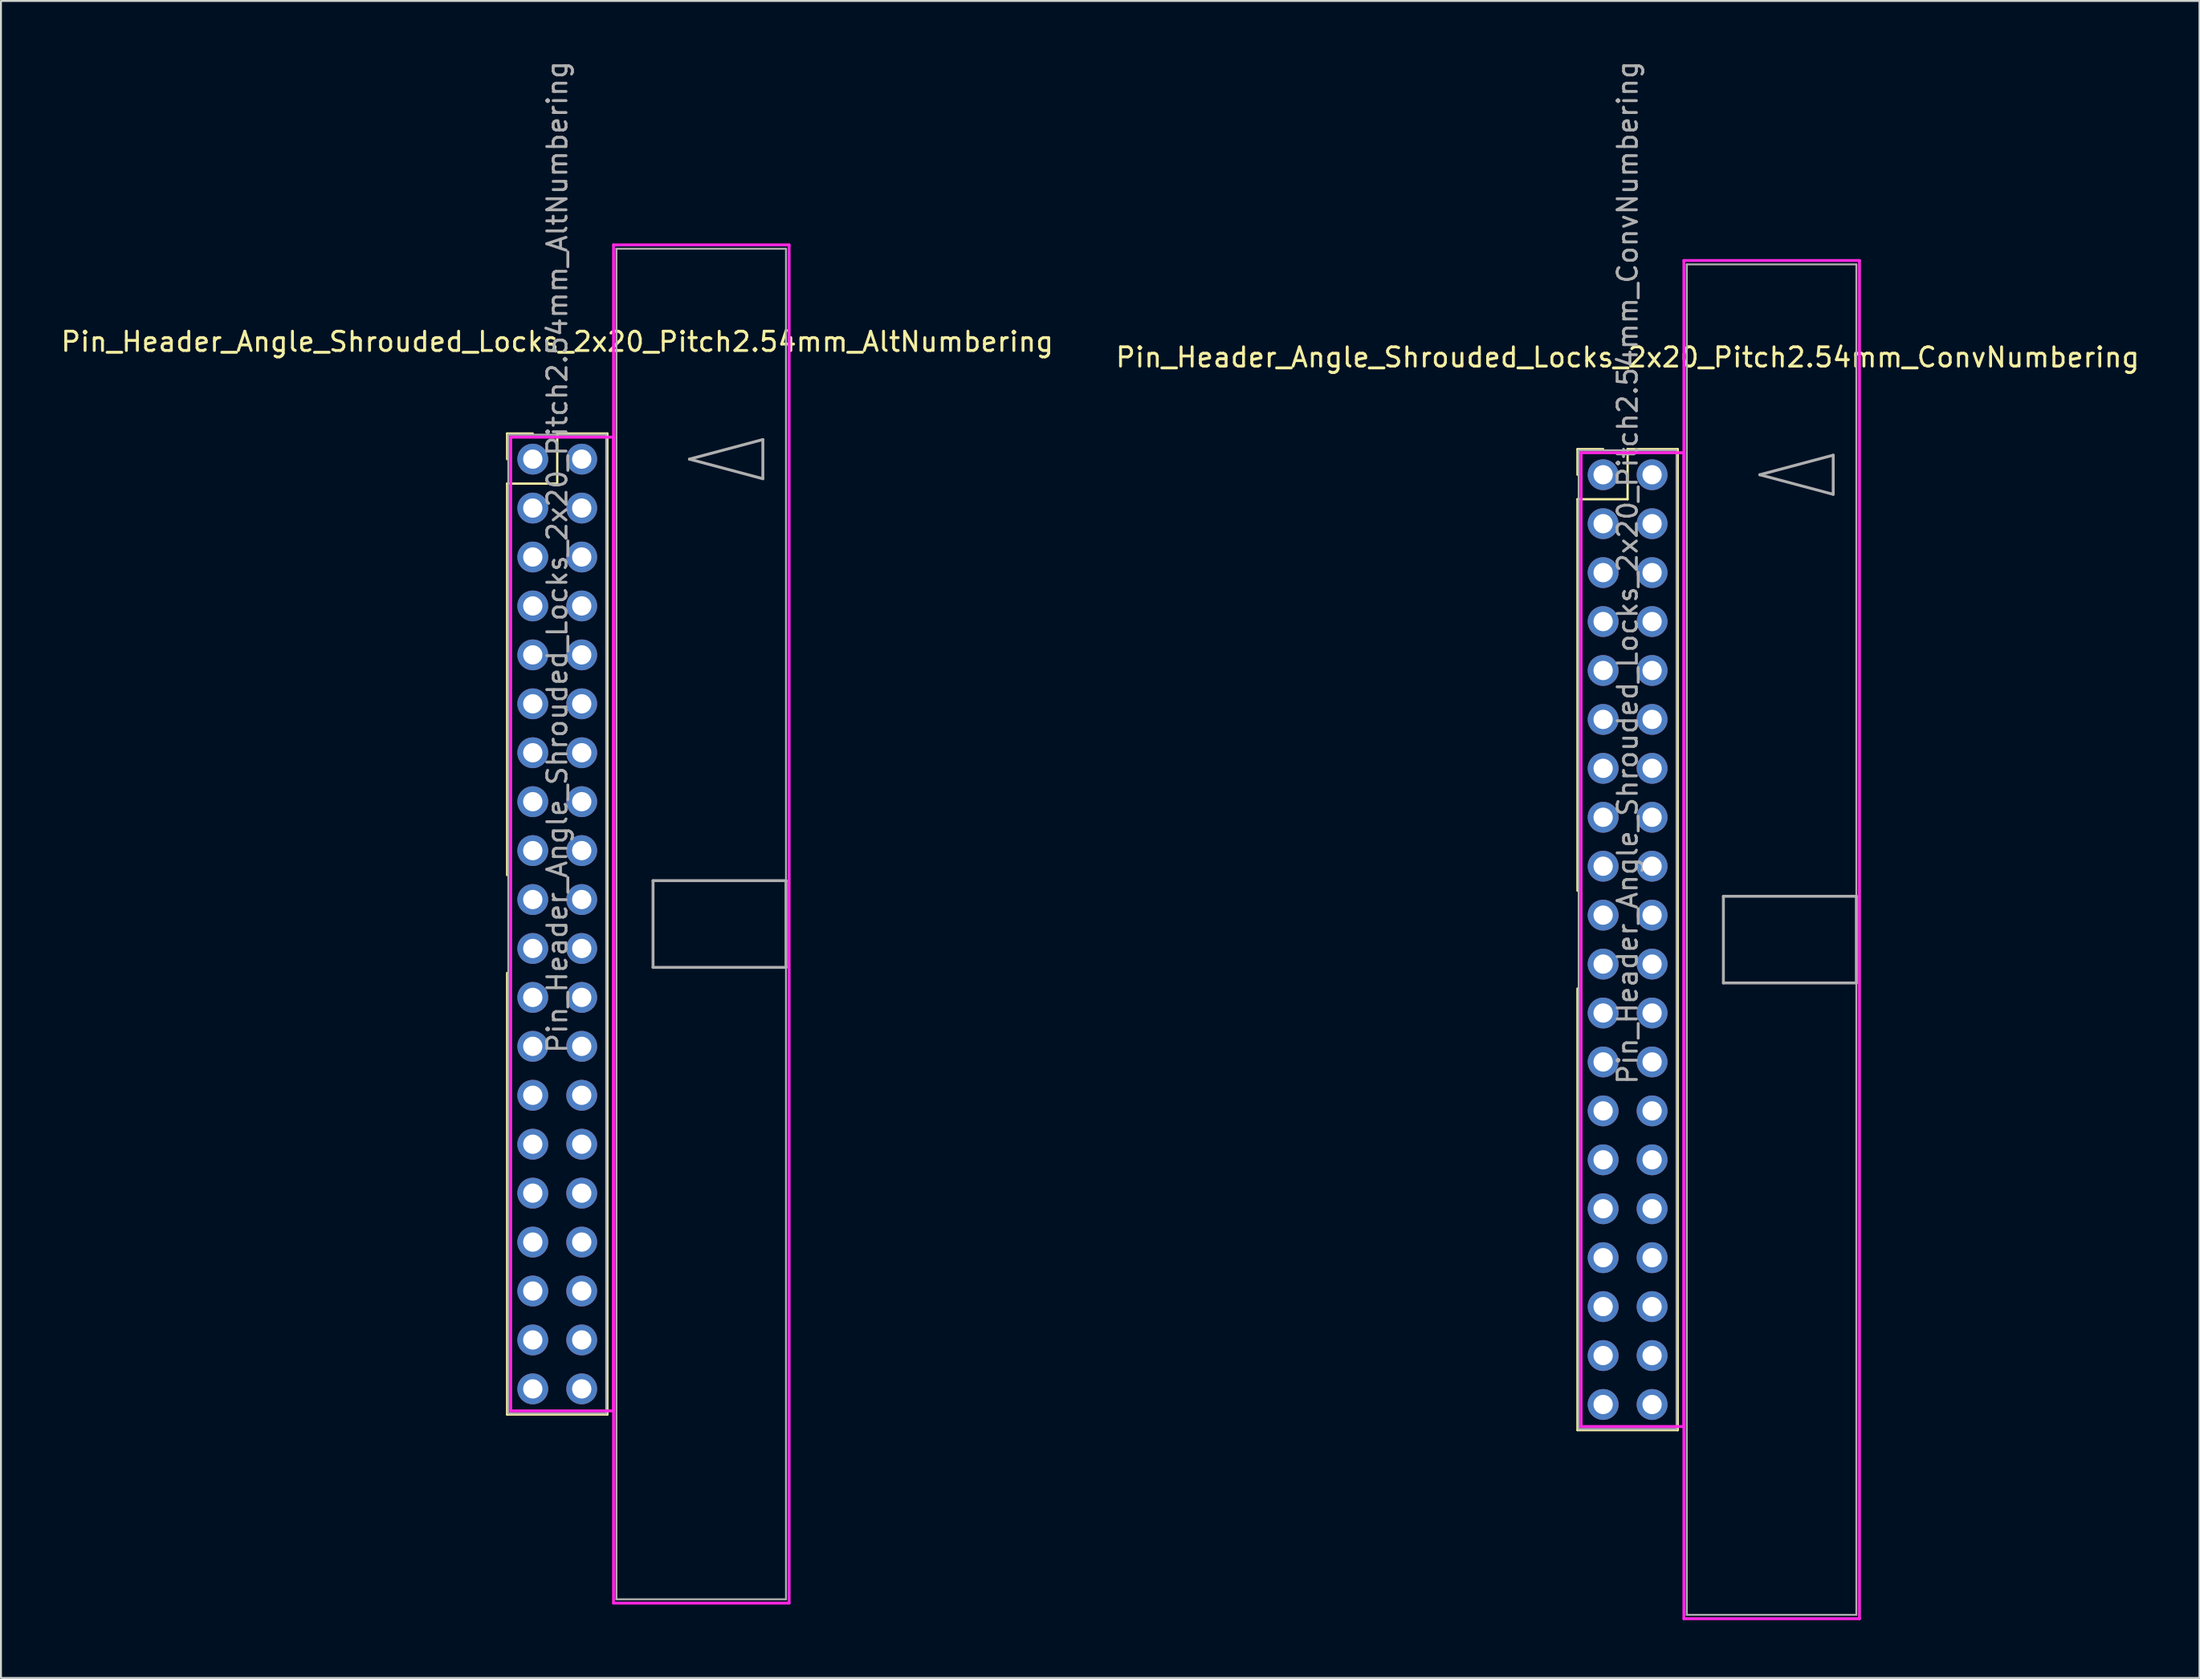
<source format=kicad_pcb>
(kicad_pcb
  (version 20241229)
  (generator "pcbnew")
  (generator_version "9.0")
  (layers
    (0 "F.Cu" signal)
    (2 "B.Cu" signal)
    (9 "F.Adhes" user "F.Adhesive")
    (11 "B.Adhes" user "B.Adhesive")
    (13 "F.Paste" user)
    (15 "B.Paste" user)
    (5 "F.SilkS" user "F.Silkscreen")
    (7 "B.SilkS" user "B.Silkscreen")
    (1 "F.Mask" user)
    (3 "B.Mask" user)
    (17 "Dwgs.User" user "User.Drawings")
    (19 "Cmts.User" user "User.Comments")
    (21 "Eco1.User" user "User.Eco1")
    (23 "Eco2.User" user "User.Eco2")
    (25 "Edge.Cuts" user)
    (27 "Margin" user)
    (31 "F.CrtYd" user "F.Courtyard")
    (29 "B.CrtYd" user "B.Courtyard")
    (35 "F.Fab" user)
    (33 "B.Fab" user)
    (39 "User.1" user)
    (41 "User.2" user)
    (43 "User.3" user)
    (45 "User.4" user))
  (footprint "Pin_Header_Angle_Shrouded_Locks_2x20_Pitch2.54mm_ConvNumbering"
    (layer "F.Cu")
    (at 80.129 21.593)
    (property "Reference" "Pin_Header_Angle_Shrouded_Locks_2x20_Pitch2.54mm_ConvNumbering" (at 1.27 -6.096 0) (layer "F.SilkS") (effects (font (size 1 1) (thickness 0.15))))
    (attr through_hole)
    (fp_line (start -1.33 -1.33) (end 0 -1.33) (stroke (width 0.12) (type solid)) (layer "F.SilkS"))
    (fp_line (start -1.33 0) (end -1.33 -1.33) (stroke (width 0.12) (type solid)) (layer "F.SilkS"))
    (fp_line (start -1.33 1.27) (end -1.33 21.59) (stroke (width 0.12) (type solid)) (layer "F.SilkS"))
    (fp_line (start -1.33 1.27) (end 1.27 1.27) (stroke (width 0.12) (type solid)) (layer "F.SilkS"))
    (fp_line (start -1.33 26.67) (end -1.33 49.59) (stroke (width 0.12) (type solid)) (layer "F.SilkS"))
    (fp_line (start -1.33 49.59) (end 3.87 49.59) (stroke (width 0.12) (type solid)) (layer "F.SilkS"))
    (fp_line (start 1.27 -1.33) (end 3.87 -1.33) (stroke (width 0.12) (type solid)) (layer "F.SilkS"))
    (fp_line (start 1.27 1.27) (end 1.27 -1.33) (stroke (width 0.12) (type solid)) (layer "F.SilkS"))
    (fp_line (start 3.87 -1.33) (end 3.87 49.59) (stroke (width 0.12) (type solid)) (layer "F.SilkS"))
    (fp_line (start -1.143 -1.143) (end -1.143 49.403) (stroke (width 0.15) (type solid)) (layer "F.CrtYd"))
    (fp_line (start -1.143 49.403) (end 4.19 49.403) (stroke (width 0.15) (type solid)) (layer "F.CrtYd"))
    (fp_line (start 4.19 -11.12) (end 4.19 59.38) (stroke (width 0.15) (type solid)) (layer "F.CrtYd"))
    (fp_line (start 4.19 -1.143) (end -1.143 -1.143) (stroke (width 0.15) (type solid)) (layer "F.CrtYd"))
    (fp_line (start 4.19 49.403) (end 4.19 -1.143) (stroke (width 0.15) (type solid)) (layer "F.CrtYd"))
    (fp_line (start 4.19 59.38) (end 13.3 59.38) (stroke (width 0.15) (type solid)) (layer "F.CrtYd"))
    (fp_line (start 13.3 -11.12) (end 4.19 -11.12) (stroke (width 0.15) (type solid)) (layer "F.CrtYd"))
    (fp_line (start 13.3 59.38) (end 13.3 -11.12) (stroke (width 0.15) (type solid)) (layer "F.CrtYd"))
    (fp_line (start -1.27 -1.27) (end -1.27 49.53) (stroke (width 0.1) (type solid)) (layer "F.Fab"))
    (fp_line (start -1.27 49.53) (end 3.81 49.53) (stroke (width 0.1) (type solid)) (layer "F.Fab"))
    (fp_line (start 3.81 -1.27) (end -1.27 -1.27) (stroke (width 0.1) (type solid)) (layer "F.Fab"))
    (fp_line (start 3.81 49.53) (end 3.81 -1.27) (stroke (width 0.1) (type solid)) (layer "F.Fab"))
    (fp_line (start 4.34 -10.92) (end 4.34 59.18) (stroke (width 0.1) (type solid)) (layer "F.Fab"))
    (fp_line (start 4.34 59.18) (end 13.14 59.18) (stroke (width 0.1) (type solid)) (layer "F.Fab"))
    (fp_line (start 6.24 21.88) (end 6.24 26.38) (stroke (width 0.15) (type solid)) (layer "F.Fab"))
    (fp_line (start 6.24 26.38) (end 13.14 26.38) (stroke (width 0.15) (type solid)) (layer "F.Fab"))
    (fp_line (start 8.128 0) (end 11.938 -1.016) (stroke (width 0.15) (type solid)) (layer "F.Fab"))
    (fp_line (start 11.938 -1.016) (end 11.938 1.016) (stroke (width 0.15) (type solid)) (layer "F.Fab"))
    (fp_line (start 11.938 1.016) (end 8.128 0) (stroke (width 0.15) (type solid)) (layer "F.Fab"))
    (fp_line (start 13.14 -10.92) (end 4.34 -10.92) (stroke (width 0.1) (type solid)) (layer "F.Fab"))
    (fp_line (start 13.14 21.88) (end 6.24 21.88) (stroke (width 0.15) (type solid)) (layer "F.Fab"))
    (fp_line (start 13.14 26.38) (end 13.14 21.88) (stroke (width 0.15) (type solid)) (layer "F.Fab"))
    (fp_line (start 13.14 59.18) (end 13.14 -10.92) (stroke (width 0.1) (type solid)) (layer "F.Fab"))
    (fp_text user "${REFERENCE}" (at 1.27 5.08 90) (layer "F.Fab") (effects (font (size 1 1) (thickness 0.15))))
    (pad "1" thru_hole oval (at 0 0) (size 1.6 1.6) (drill 1) (layers "*.Cu" "*.Mask"))
    (pad "2" thru_hole oval (at 2.54 0) (size 1.6 1.6) (drill 1) (layers "*.Cu" "*.Mask"))
    (pad "3" thru_hole oval (at 0 2.54) (size 1.6 1.6) (drill 1) (layers "*.Cu" "*.Mask"))
    (pad "4" thru_hole oval (at 2.54 2.54) (size 1.6 1.6) (drill 1) (layers "*.Cu" "*.Mask"))
    (pad "5" thru_hole oval (at 0 5.08) (size 1.6 1.6) (drill 1) (layers "*.Cu" "*.Mask"))
    (pad "6" thru_hole oval (at 2.54 5.08) (size 1.6 1.6) (drill 1) (layers "*.Cu" "*.Mask"))
    (pad "7" thru_hole oval (at 0 7.62) (size 1.6 1.6) (drill 1) (layers "*.Cu" "*.Mask"))
    (pad "8" thru_hole oval (at 2.54 7.62) (size 1.6 1.6) (drill 1) (layers "*.Cu" "*.Mask"))
    (pad "9" thru_hole oval (at 0 10.16) (size 1.6 1.6) (drill 1) (layers "*.Cu" "*.Mask"))
    (pad "10" thru_hole oval (at 2.54 10.16) (size 1.6 1.6) (drill 1) (layers "*.Cu" "*.Mask"))
    (pad "11" thru_hole oval (at 0 12.7) (size 1.6 1.6) (drill 1) (layers "*.Cu" "*.Mask"))
    (pad "12" thru_hole oval (at 2.54 12.7) (size 1.6 1.6) (drill 1) (layers "*.Cu" "*.Mask"))
    (pad "13" thru_hole oval (at 0 15.24) (size 1.6 1.6) (drill 1) (layers "*.Cu" "*.Mask"))
    (pad "14" thru_hole oval (at 2.54 15.24) (size 1.6 1.6) (drill 1) (layers "*.Cu" "*.Mask"))
    (pad "15" thru_hole oval (at 0 17.78) (size 1.6 1.6) (drill 1) (layers "*.Cu" "*.Mask"))
    (pad "16" thru_hole oval (at 2.54 17.78) (size 1.6 1.6) (drill 1) (layers "*.Cu" "*.Mask"))
    (pad "17" thru_hole oval (at 0 20.32) (size 1.6 1.6) (drill 1) (layers "*.Cu" "*.Mask"))
    (pad "18" thru_hole oval (at 2.54 20.32) (size 1.6 1.6) (drill 1) (layers "*.Cu" "*.Mask"))
    (pad "19" thru_hole oval (at 0 22.86) (size 1.6 1.6) (drill 1) (layers "*.Cu" "*.Mask"))
    (pad "20" thru_hole oval (at 2.54 22.86) (size 1.6 1.6) (drill 1) (layers "*.Cu" "*.Mask"))
    (pad "21" thru_hole oval (at 0 25.4) (size 1.6 1.6) (drill 1) (layers "*.Cu" "*.Mask"))
    (pad "22" thru_hole oval (at 2.54 25.4) (size 1.6 1.6) (drill 1) (layers "*.Cu" "*.Mask"))
    (pad "23" thru_hole oval (at 0 27.94) (size 1.6 1.6) (drill 1) (layers "*.Cu" "*.Mask"))
    (pad "24" thru_hole oval (at 2.54 27.94) (size 1.6 1.6) (drill 1) (layers "*.Cu" "*.Mask"))
    (pad "25" thru_hole oval (at 0 30.48) (size 1.6 1.6) (drill 1) (layers "*.Cu" "*.Mask"))
    (pad "26" thru_hole oval (at 2.54 30.48) (size 1.6 1.6) (drill 1) (layers "*.Cu" "*.Mask"))
    (pad "27" thru_hole oval (at 0 33.02) (size 1.6 1.6) (drill 1) (layers "*.Cu" "*.Mask"))
    (pad "28" thru_hole oval (at 2.54 33.02) (size 1.6 1.6) (drill 1) (layers "*.Cu" "*.Mask"))
    (pad "29" thru_hole oval (at 0 35.56) (size 1.6 1.6) (drill 1) (layers "*.Cu" "*.Mask"))
    (pad "30" thru_hole oval (at 2.54 35.56) (size 1.6 1.6) (drill 1) (layers "*.Cu" "*.Mask"))
    (pad "31" thru_hole oval (at 0 38.1) (size 1.6 1.6) (drill 1) (layers "*.Cu" "*.Mask"))
    (pad "32" thru_hole oval (at 2.54 38.1) (size 1.6 1.6) (drill 1) (layers "*.Cu" "*.Mask"))
    (pad "33" thru_hole oval (at 0 40.64) (size 1.6 1.6) (drill 1) (layers "*.Cu" "*.Mask"))
    (pad "34" thru_hole oval (at 2.54 40.64) (size 1.6 1.6) (drill 1) (layers "*.Cu" "*.Mask"))
    (pad "35" thru_hole oval (at 0 43.18) (size 1.6 1.6) (drill 1) (layers "*.Cu" "*.Mask"))
    (pad "36" thru_hole oval (at 2.54 43.18) (size 1.6 1.6) (drill 1) (layers "*.Cu" "*.Mask"))
    (pad "37" thru_hole oval (at 0 45.72) (size 1.6 1.6) (drill 1) (layers "*.Cu" "*.Mask"))
    (pad "38" thru_hole oval (at 2.54 45.72) (size 1.6 1.6) (drill 1) (layers "*.Cu" "*.Mask"))
    (pad "39" thru_hole oval (at 0 48.26) (size 1.6 1.6) (drill 1) (layers "*.Cu" "*.Mask"))
    (pad "40" thru_hole oval (at 2.54 48.26) (size 1.6 1.6) (drill 1) (layers "*.Cu" "*.Mask")))
  (footprint "Pin_Header_Angle_Shrouded_Locks_2x20_Pitch2.54mm_AltNumbering"
    (layer "F.Cu")
    (at 24.593 20.783)
    (property "Reference" "Pin_Header_Angle_Shrouded_Locks_2x20_Pitch2.54mm_AltNumbering" (at 1.27 -6.096 0) (layer "F.SilkS") (effects (font (size 1 1) (thickness 0.15))))
    (attr through_hole)
    (fp_line (start -1.33 -1.33) (end 0 -1.33) (stroke (width 0.12) (type solid)) (layer "F.SilkS"))
    (fp_line (start -1.33 0) (end -1.33 -1.33) (stroke (width 0.12) (type solid)) (layer "F.SilkS"))
    (fp_line (start -1.33 1.27) (end -1.33 21.59) (stroke (width 0.12) (type solid)) (layer "F.SilkS"))
    (fp_line (start -1.33 1.27) (end 1.27 1.27) (stroke (width 0.12) (type solid)) (layer "F.SilkS"))
    (fp_line (start -1.33 26.67) (end -1.33 49.59) (stroke (width 0.12) (type solid)) (layer "F.SilkS"))
    (fp_line (start -1.33 49.59) (end 3.87 49.59) (stroke (width 0.12) (type solid)) (layer "F.SilkS"))
    (fp_line (start 1.27 -1.33) (end 3.87 -1.33) (stroke (width 0.12) (type solid)) (layer "F.SilkS"))
    (fp_line (start 1.27 1.27) (end 1.27 -1.33) (stroke (width 0.12) (type solid)) (layer "F.SilkS"))
    (fp_line (start 3.87 -1.33) (end 3.87 49.59) (stroke (width 0.12) (type solid)) (layer "F.SilkS"))
    (fp_line (start -1.143 -1.143) (end -1.143 49.403) (stroke (width 0.15) (type solid)) (layer "F.CrtYd"))
    (fp_line (start -1.143 49.403) (end 4.19 49.403) (stroke (width 0.15) (type solid)) (layer "F.CrtYd"))
    (fp_line (start 4.19 -11.12) (end 4.19 59.38) (stroke (width 0.15) (type solid)) (layer "F.CrtYd"))
    (fp_line (start 4.19 -1.143) (end -1.143 -1.143) (stroke (width 0.15) (type solid)) (layer "F.CrtYd"))
    (fp_line (start 4.19 49.403) (end 4.19 -1.143) (stroke (width 0.15) (type solid)) (layer "F.CrtYd"))
    (fp_line (start 4.19 59.38) (end 13.3 59.38) (stroke (width 0.15) (type solid)) (layer "F.CrtYd"))
    (fp_line (start 13.3 -11.12) (end 4.19 -11.12) (stroke (width 0.15) (type solid)) (layer "F.CrtYd"))
    (fp_line (start 13.3 59.38) (end 13.3 -11.12) (stroke (width 0.15) (type solid)) (layer "F.CrtYd"))
    (fp_line (start -1.27 -1.27) (end -1.27 49.53) (stroke (width 0.1) (type solid)) (layer "F.Fab"))
    (fp_line (start -1.27 49.53) (end 3.81 49.53) (stroke (width 0.1) (type solid)) (layer "F.Fab"))
    (fp_line (start 3.81 -1.27) (end -1.27 -1.27) (stroke (width 0.1) (type solid)) (layer "F.Fab"))
    (fp_line (start 3.81 49.53) (end 3.81 -1.27) (stroke (width 0.1) (type solid)) (layer "F.Fab"))
    (fp_line (start 4.34 -10.92) (end 4.34 59.18) (stroke (width 0.1) (type solid)) (layer "F.Fab"))
    (fp_line (start 4.34 59.18) (end 13.14 59.18) (stroke (width 0.1) (type solid)) (layer "F.Fab"))
    (fp_line (start 6.24 21.88) (end 6.24 26.38) (stroke (width 0.15) (type solid)) (layer "F.Fab"))
    (fp_line (start 6.24 26.38) (end 13.14 26.38) (stroke (width 0.15) (type solid)) (layer "F.Fab"))
    (fp_line (start 8.128 0) (end 11.938 -1.016) (stroke (width 0.15) (type solid)) (layer "F.Fab"))
    (fp_line (start 11.938 -1.016) (end 11.938 1.016) (stroke (width 0.15) (type solid)) (layer "F.Fab"))
    (fp_line (start 11.938 1.016) (end 8.128 0) (stroke (width 0.15) (type solid)) (layer "F.Fab"))
    (fp_line (start 13.14 -10.92) (end 4.34 -10.92) (stroke (width 0.1) (type solid)) (layer "F.Fab"))
    (fp_line (start 13.14 21.88) (end 6.24 21.88) (stroke (width 0.15) (type solid)) (layer "F.Fab"))
    (fp_line (start 13.14 26.38) (end 13.14 21.88) (stroke (width 0.15) (type solid)) (layer "F.Fab"))
    (fp_line (start 13.14 59.18) (end 13.14 -10.92) (stroke (width 0.1) (type solid)) (layer "F.Fab"))
    (fp_text user "${REFERENCE}" (at 1.27 5.08 90) (layer "F.Fab") (effects (font (size 1 1) (thickness 0.15))))
    (pad "1" thru_hole oval (at 0 0) (size 1.6 1.6) (drill 1) (layers "*.Cu" "*.Mask"))
    (pad "2" thru_hole oval (at 0 2.54) (size 1.6 1.6) (drill 1) (layers "*.Cu" "*.Mask"))
    (pad "3" thru_hole oval (at 0 5.08) (size 1.6 1.6) (drill 1) (layers "*.Cu" "*.Mask"))
    (pad "4" thru_hole oval (at 0 7.62) (size 1.6 1.6) (drill 1) (layers "*.Cu" "*.Mask"))
    (pad "5" thru_hole oval (at 0 10.16) (size 1.6 1.6) (drill 1) (layers "*.Cu" "*.Mask"))
    (pad "6" thru_hole oval (at 0 12.7) (size 1.6 1.6) (drill 1) (layers "*.Cu" "*.Mask"))
    (pad "7" thru_hole oval (at 0 15.24) (size 1.6 1.6) (drill 1) (layers "*.Cu" "*.Mask"))
    (pad "8" thru_hole oval (at 0 17.78) (size 1.6 1.6) (drill 1) (layers "*.Cu" "*.Mask"))
    (pad "9" thru_hole oval (at 0 20.32) (size 1.6 1.6) (drill 1) (layers "*.Cu" "*.Mask"))
    (pad "10" thru_hole oval (at 0 22.86) (size 1.6 1.6) (drill 1) (layers "*.Cu" "*.Mask"))
    (pad "11" thru_hole oval (at 0 25.4) (size 1.6 1.6) (drill 1) (layers "*.Cu" "*.Mask"))
    (pad "12" thru_hole oval (at 0 27.94) (size 1.6 1.6) (drill 1) (layers "*.Cu" "*.Mask"))
    (pad "13" thru_hole oval (at 0 30.48) (size 1.6 1.6) (drill 1) (layers "*.Cu" "*.Mask"))
    (pad "14" thru_hole oval (at 0 33.02) (size 1.6 1.6) (drill 1) (layers "*.Cu" "*.Mask"))
    (pad "15" thru_hole oval (at 0 35.56) (size 1.6 1.6) (drill 1) (layers "*.Cu" "*.Mask"))
    (pad "16" thru_hole oval (at 0 38.1) (size 1.6 1.6) (drill 1) (layers "*.Cu" "*.Mask"))
    (pad "17" thru_hole oval (at 0 40.64) (size 1.6 1.6) (drill 1) (layers "*.Cu" "*.Mask"))
    (pad "18" thru_hole oval (at 0 43.18) (size 1.6 1.6) (drill 1) (layers "*.Cu" "*.Mask"))
    (pad "19" thru_hole oval (at 0 45.72) (size 1.6 1.6) (drill 1) (layers "*.Cu" "*.Mask"))
    (pad "20" thru_hole oval (at 0 48.26) (size 1.6 1.6) (drill 1) (layers "*.Cu" "*.Mask"))
    (pad "21" thru_hole oval (at 2.54 0) (size 1.6 1.6) (drill 1) (layers "*.Cu" "*.Mask"))
    (pad "22" thru_hole oval (at 2.54 2.54) (size 1.6 1.6) (drill 1) (layers "*.Cu" "*.Mask"))
    (pad "23" thru_hole oval (at 2.54 5.08) (size 1.6 1.6) (drill 1) (layers "*.Cu" "*.Mask"))
    (pad "24" thru_hole oval (at 2.54 7.62) (size 1.6 1.6) (drill 1) (layers "*.Cu" "*.Mask"))
    (pad "25" thru_hole oval (at 2.54 10.16) (size 1.6 1.6) (drill 1) (layers "*.Cu" "*.Mask"))
    (pad "26" thru_hole oval (at 2.54 12.7) (size 1.6 1.6) (drill 1) (layers "*.Cu" "*.Mask"))
    (pad "27" thru_hole oval (at 2.54 15.24) (size 1.6 1.6) (drill 1) (layers "*.Cu" "*.Mask"))
    (pad "28" thru_hole oval (at 2.54 17.78) (size 1.6 1.6) (drill 1) (layers "*.Cu" "*.Mask"))
    (pad "29" thru_hole oval (at 2.54 20.32) (size 1.6 1.6) (drill 1) (layers "*.Cu" "*.Mask"))
    (pad "30" thru_hole oval (at 2.54 22.86) (size 1.6 1.6) (drill 1) (layers "*.Cu" "*.Mask"))
    (pad "31" thru_hole oval (at 2.54 25.4) (size 1.6 1.6) (drill 1) (layers "*.Cu" "*.Mask"))
    (pad "32" thru_hole oval (at 2.54 27.94) (size 1.6 1.6) (drill 1) (layers "*.Cu" "*.Mask"))
    (pad "33" thru_hole oval (at 2.54 30.48) (size 1.6 1.6) (drill 1) (layers "*.Cu" "*.Mask"))
    (pad "34" thru_hole oval (at 2.54 33.02) (size 1.6 1.6) (drill 1) (layers "*.Cu" "*.Mask"))
    (pad "35" thru_hole oval (at 2.54 35.56) (size 1.6 1.6) (drill 1) (layers "*.Cu" "*.Mask"))
    (pad "36" thru_hole oval (at 2.54 38.1) (size 1.6 1.6) (drill 1) (layers "*.Cu" "*.Mask"))
    (pad "37" thru_hole oval (at 2.54 40.64) (size 1.6 1.6) (drill 1) (layers "*.Cu" "*.Mask"))
    (pad "38" thru_hole oval (at 2.54 43.18) (size 1.6 1.6) (drill 1) (layers "*.Cu" "*.Mask"))
    (pad "39" thru_hole oval (at 2.54 45.72) (size 1.6 1.6) (drill 1) (layers "*.Cu" "*.Mask"))
    (pad "40" thru_hole oval (at 2.54 48.26) (size 1.6 1.6) (drill 1) (layers "*.Cu" "*.Mask")))
  (gr_rect
    (start -3 -3)
    (end 111.071 84.048)
    (stroke (width 0.1) (type default))
    (fill no)
    (layer "Edge.Cuts")))
</source>
